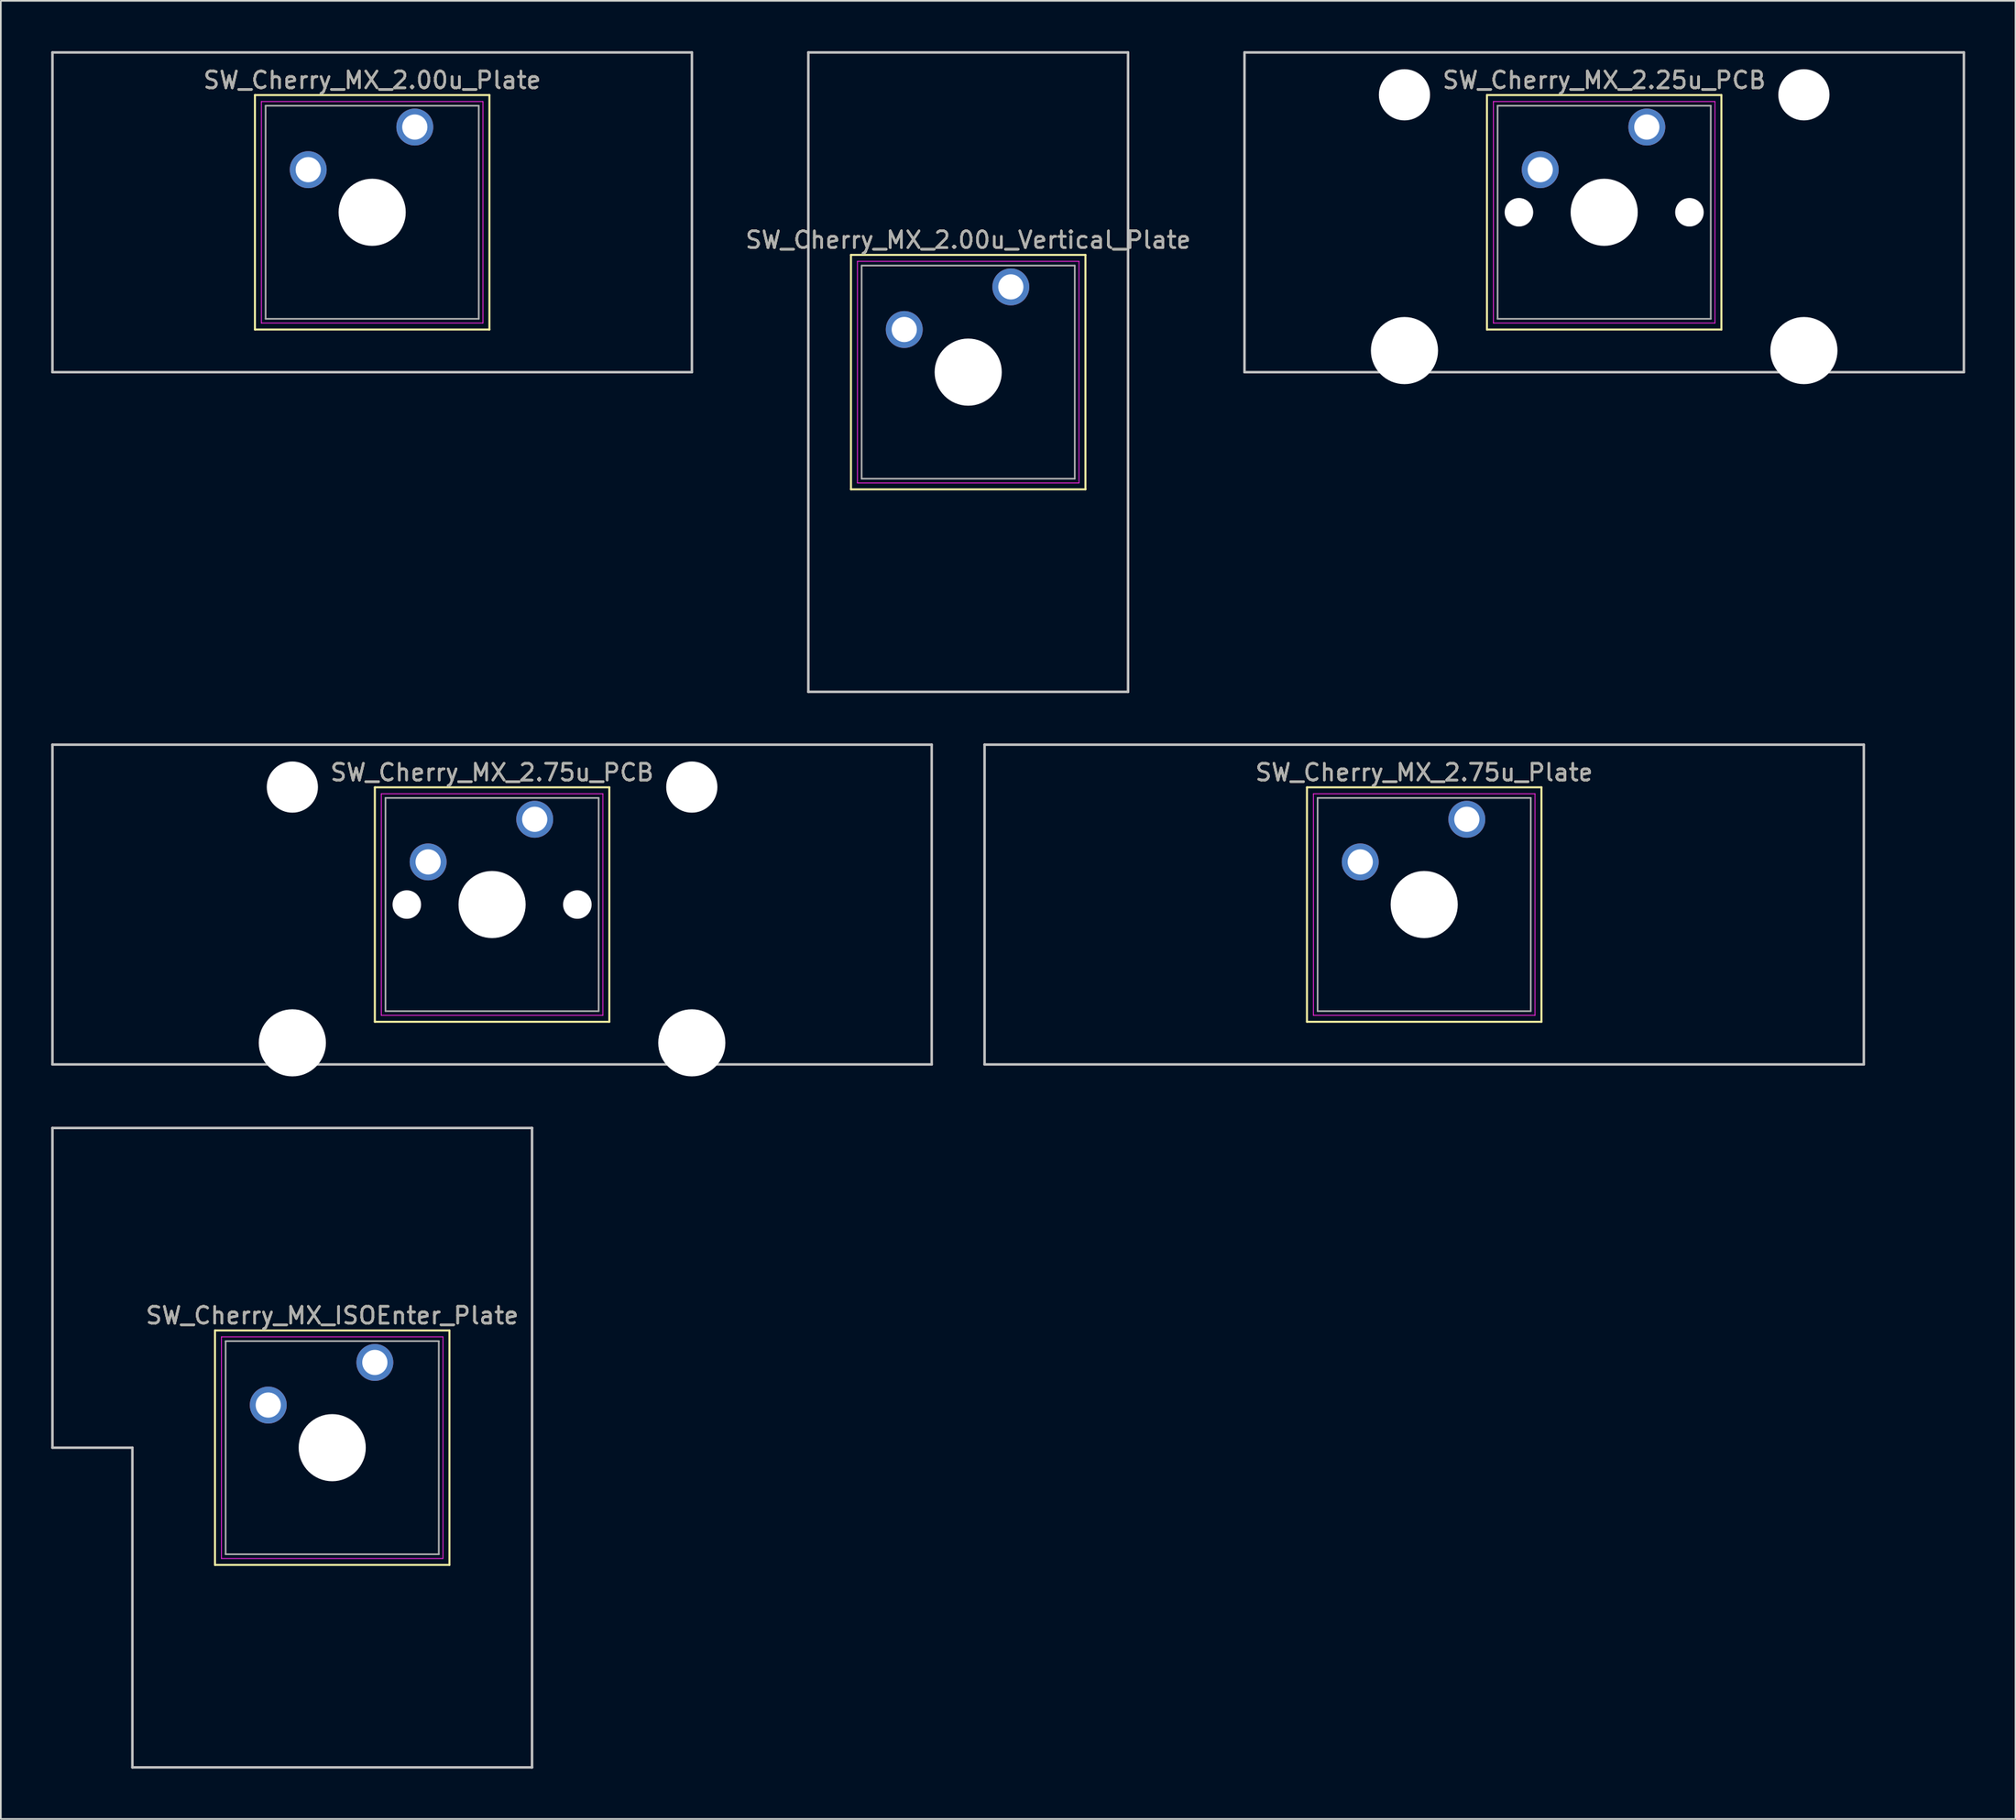
<source format=kicad_pcb>
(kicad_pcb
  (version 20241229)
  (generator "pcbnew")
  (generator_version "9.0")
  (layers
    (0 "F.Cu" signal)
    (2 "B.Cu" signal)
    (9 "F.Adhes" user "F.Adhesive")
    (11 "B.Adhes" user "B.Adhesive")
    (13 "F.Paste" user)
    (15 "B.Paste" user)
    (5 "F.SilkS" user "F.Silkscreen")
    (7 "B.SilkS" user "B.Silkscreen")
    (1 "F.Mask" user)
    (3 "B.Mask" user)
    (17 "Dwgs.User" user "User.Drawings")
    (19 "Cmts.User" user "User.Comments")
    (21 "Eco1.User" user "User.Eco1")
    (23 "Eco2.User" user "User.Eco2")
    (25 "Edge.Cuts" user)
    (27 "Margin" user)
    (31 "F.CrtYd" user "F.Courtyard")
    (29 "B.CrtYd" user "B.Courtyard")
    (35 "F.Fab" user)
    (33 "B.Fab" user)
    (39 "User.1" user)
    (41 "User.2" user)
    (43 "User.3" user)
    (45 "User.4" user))
  (footprint "SW_Cherry_MX_2.00u_Plate"
    (layer "F.Cu")
    (at 19.125 9.6)
    (property "Reference" "SW_Cherry_MX_2.00u_Plate" (at 0 -7.874 0) (layer "F.SilkS") (effects (font (size 1 1) (thickness 0.15))))
    (attr through_hole)
    (fp_line (start -6.985 -6.985) (end 6.985 -6.985) (stroke (width 0.12) (type solid)) (layer "F.SilkS"))
    (fp_line (start -6.985 6.985) (end -6.985 -6.985) (stroke (width 0.12) (type solid)) (layer "F.SilkS"))
    (fp_line (start 6.985 -6.985) (end 6.985 6.985) (stroke (width 0.12) (type solid)) (layer "F.SilkS"))
    (fp_line (start 6.985 6.985) (end -6.985 6.985) (stroke (width 0.12) (type solid)) (layer "F.SilkS"))
    (fp_line (start -19.05 -9.525) (end 19.05 -9.525) (stroke (width 0.15) (type solid)) (layer "Dwgs.User"))
    (fp_line (start -19.05 9.525) (end -19.05 -9.525) (stroke (width 0.15) (type solid)) (layer "Dwgs.User"))
    (fp_line (start 19.05 -9.525) (end 19.05 9.525) (stroke (width 0.15) (type solid)) (layer "Dwgs.User"))
    (fp_line (start 19.05 9.525) (end -19.05 9.525) (stroke (width 0.15) (type solid)) (layer "Dwgs.User"))
    (fp_line (start -6.6 -6.6) (end 6.6 -6.6) (stroke (width 0.05) (type solid)) (layer "F.CrtYd"))
    (fp_line (start -6.6 6.6) (end -6.6 -6.6) (stroke (width 0.05) (type solid)) (layer "F.CrtYd"))
    (fp_line (start 6.6 -6.6) (end 6.6 6.6) (stroke (width 0.05) (type solid)) (layer "F.CrtYd"))
    (fp_line (start 6.6 6.6) (end -6.6 6.6) (stroke (width 0.05) (type solid)) (layer "F.CrtYd"))
    (fp_line (start -6.35 -6.35) (end 6.35 -6.35) (stroke (width 0.1) (type solid)) (layer "F.Fab"))
    (fp_line (start -6.35 6.35) (end -6.35 -6.35) (stroke (width 0.1) (type solid)) (layer "F.Fab"))
    (fp_line (start 6.35 -6.35) (end 6.35 6.35) (stroke (width 0.1) (type solid)) (layer "F.Fab"))
    (fp_line (start 6.35 6.35) (end -6.35 6.35) (stroke (width 0.1) (type solid)) (layer "F.Fab"))
    (fp_text user "${REFERENCE}" (at 0 -7.874 0) (layer "F.Fab") (effects (font (size 1 1) (thickness 0.15))))
    (pad "" np_thru_hole circle (at 0 0) (size 4 4) (drill 4) (layers "*.Cu" "*.Mask"))
    (pad "1" thru_hole circle (at 2.54 -5.08) (size 2.2 2.2) (drill 1.5) (layers "*.Cu" "*.Mask"))
    (pad "2" thru_hole circle (at -3.81 -2.54) (size 2.2 2.2) (drill 1.5) (layers "*.Cu" "*.Mask")))
  (footprint "SW_Cherry_MX_2.00u_Vertical_Plate"
    (layer "F.Cu")
    (at 54.637 19.125)
    (property "Reference" "SW_Cherry_MX_2.00u_Vertical_Plate" (at 0 -7.874 0) (layer "F.SilkS") (effects (font (size 1 1) (thickness 0.15))))
    (attr through_hole)
    (fp_line (start -6.985 -6.985) (end 6.985 -6.985) (stroke (width 0.12) (type solid)) (layer "F.SilkS"))
    (fp_line (start -6.985 6.985) (end -6.985 -6.985) (stroke (width 0.12) (type solid)) (layer "F.SilkS"))
    (fp_line (start 6.985 -6.985) (end 6.985 6.985) (stroke (width 0.12) (type solid)) (layer "F.SilkS"))
    (fp_line (start 6.985 6.985) (end -6.985 6.985) (stroke (width 0.12) (type solid)) (layer "F.SilkS"))
    (fp_line (start -9.525 -19.05) (end 9.525 -19.05) (stroke (width 0.15) (type solid)) (layer "Dwgs.User"))
    (fp_line (start -9.525 19.05) (end -9.525 -19.05) (stroke (width 0.15) (type solid)) (layer "Dwgs.User"))
    (fp_line (start 9.525 -19.05) (end 9.525 19.05) (stroke (width 0.15) (type solid)) (layer "Dwgs.User"))
    (fp_line (start 9.525 19.05) (end -9.525 19.05) (stroke (width 0.15) (type solid)) (layer "Dwgs.User"))
    (fp_line (start -6.6 -6.6) (end 6.6 -6.6) (stroke (width 0.05) (type solid)) (layer "F.CrtYd"))
    (fp_line (start -6.6 6.6) (end -6.6 -6.6) (stroke (width 0.05) (type solid)) (layer "F.CrtYd"))
    (fp_line (start 6.6 -6.6) (end 6.6 6.6) (stroke (width 0.05) (type solid)) (layer "F.CrtYd"))
    (fp_line (start 6.6 6.6) (end -6.6 6.6) (stroke (width 0.05) (type solid)) (layer "F.CrtYd"))
    (fp_line (start -6.35 -6.35) (end 6.35 -6.35) (stroke (width 0.1) (type solid)) (layer "F.Fab"))
    (fp_line (start -6.35 6.35) (end -6.35 -6.35) (stroke (width 0.1) (type solid)) (layer "F.Fab"))
    (fp_line (start 6.35 -6.35) (end 6.35 6.35) (stroke (width 0.1) (type solid)) (layer "F.Fab"))
    (fp_line (start 6.35 6.35) (end -6.35 6.35) (stroke (width 0.1) (type solid)) (layer "F.Fab"))
    (fp_text user "${REFERENCE}" (at 0 -7.874 0) (layer "F.Fab") (effects (font (size 1 1) (thickness 0.15))))
    (pad "" np_thru_hole circle (at 0 0) (size 4 4) (drill 4) (layers "*.Cu" "*.Mask"))
    (pad "1" thru_hole circle (at 2.54 -5.08) (size 2.2 2.2) (drill 1.5) (layers "*.Cu" "*.Mask"))
    (pad "2" thru_hole circle (at -3.81 -2.54) (size 2.2 2.2) (drill 1.5) (layers "*.Cu" "*.Mask")))
  (footprint "SW_Cherry_MX_2.25u_PCB"
    (layer "F.Cu")
    (at 92.53 9.6)
    (property "Reference" "SW_Cherry_MX_2.25u_PCB" (at 0 -7.874 0) (layer "F.SilkS") (effects (font (size 1 1) (thickness 0.15))))
    (attr through_hole)
    (fp_line (start -6.985 -6.985) (end 6.985 -6.985) (stroke (width 0.12) (type solid)) (layer "F.SilkS"))
    (fp_line (start -6.985 6.985) (end -6.985 -6.985) (stroke (width 0.12) (type solid)) (layer "F.SilkS"))
    (fp_line (start 6.985 -6.985) (end 6.985 6.985) (stroke (width 0.12) (type solid)) (layer "F.SilkS"))
    (fp_line (start 6.985 6.985) (end -6.985 6.985) (stroke (width 0.12) (type solid)) (layer "F.SilkS"))
    (fp_line (start -21.431 -9.525) (end 21.431 -9.525) (stroke (width 0.15) (type solid)) (layer "Dwgs.User"))
    (fp_line (start -21.431 9.525) (end -21.431 -9.525) (stroke (width 0.15) (type solid)) (layer "Dwgs.User"))
    (fp_line (start 21.431 -9.525) (end 21.431 9.525) (stroke (width 0.15) (type solid)) (layer "Dwgs.User"))
    (fp_line (start 21.431 9.525) (end -21.431 9.525) (stroke (width 0.15) (type solid)) (layer "Dwgs.User"))
    (fp_line (start -6.6 -6.6) (end 6.6 -6.6) (stroke (width 0.05) (type solid)) (layer "F.CrtYd"))
    (fp_line (start -6.6 6.6) (end -6.6 -6.6) (stroke (width 0.05) (type solid)) (layer "F.CrtYd"))
    (fp_line (start 6.6 -6.6) (end 6.6 6.6) (stroke (width 0.05) (type solid)) (layer "F.CrtYd"))
    (fp_line (start 6.6 6.6) (end -6.6 6.6) (stroke (width 0.05) (type solid)) (layer "F.CrtYd"))
    (fp_line (start -6.35 -6.35) (end 6.35 -6.35) (stroke (width 0.1) (type solid)) (layer "F.Fab"))
    (fp_line (start -6.35 6.35) (end -6.35 -6.35) (stroke (width 0.1) (type solid)) (layer "F.Fab"))
    (fp_line (start 6.35 -6.35) (end 6.35 6.35) (stroke (width 0.1) (type solid)) (layer "F.Fab"))
    (fp_line (start 6.35 6.35) (end -6.35 6.35) (stroke (width 0.1) (type solid)) (layer "F.Fab"))
    (fp_text user "${REFERENCE}" (at 0 -7.874 0) (layer "F.Fab") (effects (font (size 1 1) (thickness 0.15))))
    (pad "" np_thru_hole circle (at -11.9 -7) (size 3.05 3.05) (drill 3.05) (layers "*.Cu" "*.Mask"))
    (pad "" np_thru_hole circle (at -11.9 8.24) (size 4 4) (drill 4) (layers "*.Cu" "*.Mask"))
    (pad "" np_thru_hole circle (at -5.08 0) (size 1.7 1.7) (drill 1.7) (layers "*.Cu" "*.Mask"))
    (pad "" np_thru_hole circle (at 0 0) (size 4 4) (drill 4) (layers "*.Cu" "*.Mask"))
    (pad "" np_thru_hole circle (at 5.08 0) (size 1.7 1.7) (drill 1.7) (layers "*.Cu" "*.Mask"))
    (pad "" np_thru_hole circle (at 11.9 -7) (size 3.05 3.05) (drill 3.05) (layers "*.Cu" "*.Mask"))
    (pad "" np_thru_hole circle (at 11.9 8.24) (size 4 4) (drill 4) (layers "*.Cu" "*.Mask"))
    (pad "1" thru_hole circle (at 2.54 -5.08) (size 2.2 2.2) (drill 1.5) (layers "*.Cu" "*.Mask"))
    (pad "2" thru_hole circle (at -3.81 -2.54) (size 2.2 2.2) (drill 1.5) (layers "*.Cu" "*.Mask")))
  (footprint "SW_Cherry_MX_2.75u_Plate"
    (layer "F.Cu")
    (at 81.806 50.85)
    (property "Reference" "SW_Cherry_MX_2.75u_Plate" (at 0 -7.874 0) (layer "F.SilkS") (effects (font (size 1 1) (thickness 0.15))))
    (attr through_hole)
    (fp_line (start -6.985 -6.985) (end 6.985 -6.985) (stroke (width 0.12) (type solid)) (layer "F.SilkS"))
    (fp_line (start -6.985 6.985) (end -6.985 -6.985) (stroke (width 0.12) (type solid)) (layer "F.SilkS"))
    (fp_line (start 6.985 -6.985) (end 6.985 6.985) (stroke (width 0.12) (type solid)) (layer "F.SilkS"))
    (fp_line (start 6.985 6.985) (end -6.985 6.985) (stroke (width 0.12) (type solid)) (layer "F.SilkS"))
    (fp_line (start -26.194 -9.525) (end 26.194 -9.525) (stroke (width 0.15) (type solid)) (layer "Dwgs.User"))
    (fp_line (start -26.194 9.525) (end -26.194 -9.525) (stroke (width 0.15) (type solid)) (layer "Dwgs.User"))
    (fp_line (start 26.194 -9.525) (end 26.194 9.525) (stroke (width 0.15) (type solid)) (layer "Dwgs.User"))
    (fp_line (start 26.194 9.525) (end -26.194 9.525) (stroke (width 0.15) (type solid)) (layer "Dwgs.User"))
    (fp_line (start -6.6 -6.6) (end 6.6 -6.6) (stroke (width 0.05) (type solid)) (layer "F.CrtYd"))
    (fp_line (start -6.6 6.6) (end -6.6 -6.6) (stroke (width 0.05) (type solid)) (layer "F.CrtYd"))
    (fp_line (start 6.6 -6.6) (end 6.6 6.6) (stroke (width 0.05) (type solid)) (layer "F.CrtYd"))
    (fp_line (start 6.6 6.6) (end -6.6 6.6) (stroke (width 0.05) (type solid)) (layer "F.CrtYd"))
    (fp_line (start -6.35 -6.35) (end 6.35 -6.35) (stroke (width 0.1) (type solid)) (layer "F.Fab"))
    (fp_line (start -6.35 6.35) (end -6.35 -6.35) (stroke (width 0.1) (type solid)) (layer "F.Fab"))
    (fp_line (start 6.35 -6.35) (end 6.35 6.35) (stroke (width 0.1) (type solid)) (layer "F.Fab"))
    (fp_line (start 6.35 6.35) (end -6.35 6.35) (stroke (width 0.1) (type solid)) (layer "F.Fab"))
    (fp_text user "${REFERENCE}" (at 0 -7.874 0) (layer "F.Fab") (effects (font (size 1 1) (thickness 0.15))))
    (pad "" np_thru_hole circle (at 0 0) (size 4 4) (drill 4) (layers "*.Cu" "*.Mask"))
    (pad "1" thru_hole circle (at 2.54 -5.08) (size 2.2 2.2) (drill 1.5) (layers "*.Cu" "*.Mask"))
    (pad "2" thru_hole circle (at -3.81 -2.54) (size 2.2 2.2) (drill 1.5) (layers "*.Cu" "*.Mask")))
  (footprint "SW_Cherry_MX_ISOEnter_Plate"
    (layer "F.Cu")
    (at 16.744 83.215)
    (property "Reference" "SW_Cherry_MX_ISOEnter_Plate" (at 0 -7.874 0) (layer "F.SilkS") (effects (font (size 1 1) (thickness 0.15))))
    (attr through_hole)
    (fp_line (start -6.985 -6.985) (end 6.985 -6.985) (stroke (width 0.12) (type solid)) (layer "F.SilkS"))
    (fp_line (start -6.985 6.985) (end -6.985 -6.985) (stroke (width 0.12) (type solid)) (layer "F.SilkS"))
    (fp_line (start 6.985 -6.985) (end 6.985 6.985) (stroke (width 0.12) (type solid)) (layer "F.SilkS"))
    (fp_line (start 6.985 6.985) (end -6.985 6.985) (stroke (width 0.12) (type solid)) (layer "F.SilkS"))
    (fp_line (start -16.669 -19.05) (end 11.906 -19.05) (stroke (width 0.15) (type solid)) (layer "Dwgs.User"))
    (fp_line (start -16.669 0) (end -16.669 -19.05) (stroke (width 0.15) (type solid)) (layer "Dwgs.User"))
    (fp_line (start -11.906 0) (end -16.669 0) (stroke (width 0.15) (type solid)) (layer "Dwgs.User"))
    (fp_line (start -11.906 19.05) (end -11.906 0) (stroke (width 0.15) (type solid)) (layer "Dwgs.User"))
    (fp_line (start 11.906 -19.05) (end 11.906 19.05) (stroke (width 0.15) (type solid)) (layer "Dwgs.User"))
    (fp_line (start 11.906 19.05) (end -11.906 19.05) (stroke (width 0.15) (type solid)) (layer "Dwgs.User"))
    (fp_line (start -6.6 -6.6) (end 6.6 -6.6) (stroke (width 0.05) (type solid)) (layer "F.CrtYd"))
    (fp_line (start -6.6 6.6) (end -6.6 -6.6) (stroke (width 0.05) (type solid)) (layer "F.CrtYd"))
    (fp_line (start 6.6 -6.6) (end 6.6 6.6) (stroke (width 0.05) (type solid)) (layer "F.CrtYd"))
    (fp_line (start 6.6 6.6) (end -6.6 6.6) (stroke (width 0.05) (type solid)) (layer "F.CrtYd"))
    (fp_line (start -6.35 -6.35) (end 6.35 -6.35) (stroke (width 0.1) (type solid)) (layer "F.Fab"))
    (fp_line (start -6.35 6.35) (end -6.35 -6.35) (stroke (width 0.1) (type solid)) (layer "F.Fab"))
    (fp_line (start 6.35 -6.35) (end 6.35 6.35) (stroke (width 0.1) (type solid)) (layer "F.Fab"))
    (fp_line (start 6.35 6.35) (end -6.35 6.35) (stroke (width 0.1) (type solid)) (layer "F.Fab"))
    (fp_text user "${REFERENCE}" (at 0 -7.874 0) (layer "F.Fab") (effects (font (size 1 1) (thickness 0.15))))
    (pad "" np_thru_hole circle (at 0 0) (size 4 4) (drill 4) (layers "*.Cu" "*.Mask"))
    (pad "1" thru_hole circle (at 2.54 -5.08) (size 2.2 2.2) (drill 1.5) (layers "*.Cu" "*.Mask"))
    (pad "2" thru_hole circle (at -3.81 -2.54) (size 2.2 2.2) (drill 1.5) (layers "*.Cu" "*.Mask")))
  (footprint "SW_Cherry_MX_2.75u_PCB"
    (layer "F.Cu")
    (at 26.269 50.85)
    (property "Reference" "SW_Cherry_MX_2.75u_PCB" (at 0 -7.874 0) (layer "F.SilkS") (effects (font (size 1 1) (thickness 0.15))))
    (attr through_hole)
    (fp_line (start -6.985 -6.985) (end 6.985 -6.985) (stroke (width 0.12) (type solid)) (layer "F.SilkS"))
    (fp_line (start -6.985 6.985) (end -6.985 -6.985) (stroke (width 0.12) (type solid)) (layer "F.SilkS"))
    (fp_line (start 6.985 -6.985) (end 6.985 6.985) (stroke (width 0.12) (type solid)) (layer "F.SilkS"))
    (fp_line (start 6.985 6.985) (end -6.985 6.985) (stroke (width 0.12) (type solid)) (layer "F.SilkS"))
    (fp_line (start -26.194 -9.525) (end 26.194 -9.525) (stroke (width 0.15) (type solid)) (layer "Dwgs.User"))
    (fp_line (start -26.194 9.525) (end -26.194 -9.525) (stroke (width 0.15) (type solid)) (layer "Dwgs.User"))
    (fp_line (start 26.194 -9.525) (end 26.194 9.525) (stroke (width 0.15) (type solid)) (layer "Dwgs.User"))
    (fp_line (start 26.194 9.525) (end -26.194 9.525) (stroke (width 0.15) (type solid)) (layer "Dwgs.User"))
    (fp_line (start -6.6 -6.6) (end 6.6 -6.6) (stroke (width 0.05) (type solid)) (layer "F.CrtYd"))
    (fp_line (start -6.6 6.6) (end -6.6 -6.6) (stroke (width 0.05) (type solid)) (layer "F.CrtYd"))
    (fp_line (start 6.6 -6.6) (end 6.6 6.6) (stroke (width 0.05) (type solid)) (layer "F.CrtYd"))
    (fp_line (start 6.6 6.6) (end -6.6 6.6) (stroke (width 0.05) (type solid)) (layer "F.CrtYd"))
    (fp_line (start -6.35 -6.35) (end 6.35 -6.35) (stroke (width 0.1) (type solid)) (layer "F.Fab"))
    (fp_line (start -6.35 6.35) (end -6.35 -6.35) (stroke (width 0.1) (type solid)) (layer "F.Fab"))
    (fp_line (start 6.35 -6.35) (end 6.35 6.35) (stroke (width 0.1) (type solid)) (layer "F.Fab"))
    (fp_line (start 6.35 6.35) (end -6.35 6.35) (stroke (width 0.1) (type solid)) (layer "F.Fab"))
    (fp_text user "${REFERENCE}" (at 0 -7.874 0) (layer "F.Fab") (effects (font (size 1 1) (thickness 0.15))))
    (pad "" np_thru_hole circle (at -11.9 -7) (size 3.05 3.05) (drill 3.05) (layers "*.Cu" "*.Mask"))
    (pad "" np_thru_hole circle (at -11.9 8.24) (size 4 4) (drill 4) (layers "*.Cu" "*.Mask"))
    (pad "" np_thru_hole circle (at -5.08 0) (size 1.7 1.7) (drill 1.7) (layers "*.Cu" "*.Mask"))
    (pad "" np_thru_hole circle (at 0 0) (size 4 4) (drill 4) (layers "*.Cu" "*.Mask"))
    (pad "" np_thru_hole circle (at 5.08 0) (size 1.7 1.7) (drill 1.7) (layers "*.Cu" "*.Mask"))
    (pad "" np_thru_hole circle (at 11.9 -7) (size 3.05 3.05) (drill 3.05) (layers "*.Cu" "*.Mask"))
    (pad "" np_thru_hole circle (at 11.9 8.24) (size 4 4) (drill 4) (layers "*.Cu" "*.Mask"))
    (pad "1" thru_hole circle (at 2.54 -5.08) (size 2.2 2.2) (drill 1.5) (layers "*.Cu" "*.Mask"))
    (pad "2" thru_hole circle (at -3.81 -2.54) (size 2.2 2.2) (drill 1.5) (layers "*.Cu" "*.Mask")))
  (gr_rect
    (start -3 -3)
    (end 117.036 105.34)
    (stroke (width 0.1) (type default))
    (fill no)
    (layer "Edge.Cuts")))
</source>
